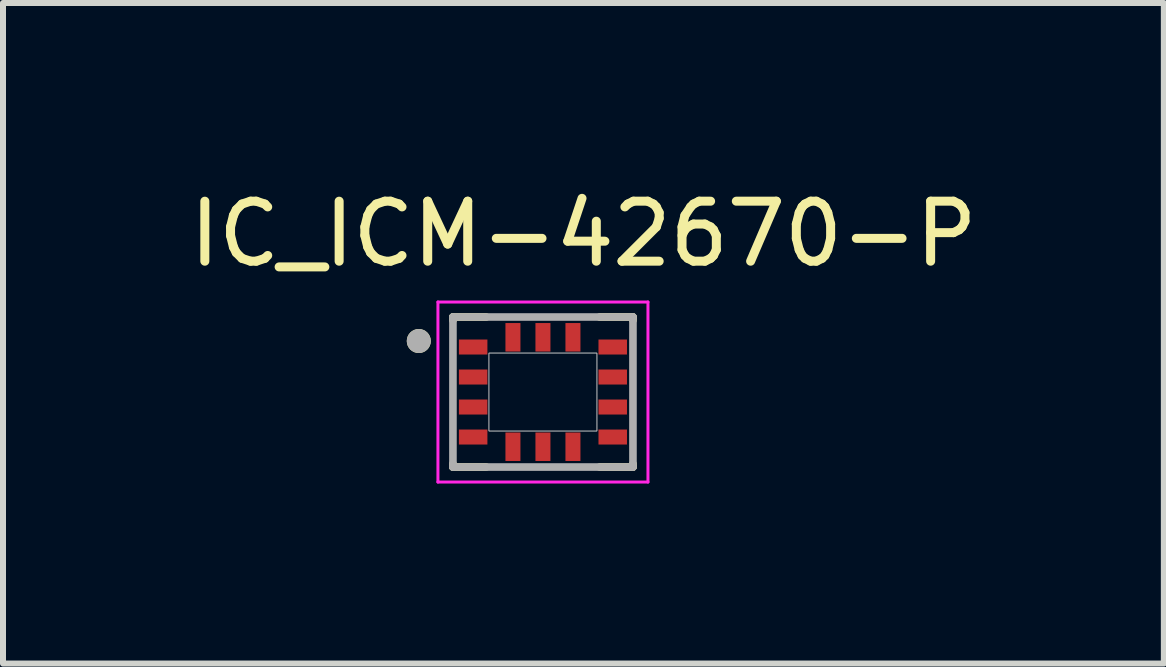
<source format=kicad_pcb>
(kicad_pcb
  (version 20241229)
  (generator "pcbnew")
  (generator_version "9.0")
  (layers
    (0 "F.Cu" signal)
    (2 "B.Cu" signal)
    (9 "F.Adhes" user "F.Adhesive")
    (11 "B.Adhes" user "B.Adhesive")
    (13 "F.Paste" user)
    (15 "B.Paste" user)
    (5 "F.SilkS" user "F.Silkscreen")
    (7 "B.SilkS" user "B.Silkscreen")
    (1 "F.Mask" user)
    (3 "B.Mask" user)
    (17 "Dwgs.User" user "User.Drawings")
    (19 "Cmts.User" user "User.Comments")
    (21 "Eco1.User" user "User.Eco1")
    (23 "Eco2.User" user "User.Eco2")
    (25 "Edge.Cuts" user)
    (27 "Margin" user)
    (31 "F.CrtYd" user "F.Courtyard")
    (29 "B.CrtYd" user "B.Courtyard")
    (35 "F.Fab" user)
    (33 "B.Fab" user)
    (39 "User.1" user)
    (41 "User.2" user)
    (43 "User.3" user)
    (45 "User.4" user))
  (footprint "IC_ICM-42670-P"
    (layer "F.Cu")
    (at 5.998 3.483)
    (property "Reference" "IC_ICM-42670-P" (at 0.675 -2.635 0) (layer "F.SilkS") (effects (font (size 1 1) (thickness 0.15))))
    (attr through_hole)
    (fp_poly (pts (xy -1.45 -0.925) (xy -0.875 -0.925) (xy -0.875 -0.575) (xy -1.45 -0.575)) (stroke (width 0.01) (type solid)) (fill yes) (layer "F.Mask"))
    (fp_poly (pts (xy -1.45 -0.425) (xy -0.875 -0.425) (xy -0.875 -0.075) (xy -1.45 -0.075)) (stroke (width 0.01) (type solid)) (fill yes) (layer "F.Mask"))
    (fp_poly (pts (xy -1.45 0.075) (xy -0.875 0.075) (xy -0.875 0.425) (xy -1.45 0.425)) (stroke (width 0.01) (type solid)) (fill yes) (layer "F.Mask"))
    (fp_poly (pts (xy -1.45 0.575) (xy -0.875 0.575) (xy -0.875 0.925) (xy -1.45 0.925)) (stroke (width 0.01) (type solid)) (fill yes) (layer "F.Mask"))
    (fp_poly (pts (xy -0.675 -1.2) (xy -0.325 -1.2) (xy -0.325 -0.625) (xy -0.675 -0.625)) (stroke (width 0.01) (type solid)) (fill yes) (layer "F.Mask"))
    (fp_poly (pts (xy -0.675 0.625) (xy -0.325 0.625) (xy -0.325 1.2) (xy -0.675 1.2)) (stroke (width 0.01) (type solid)) (fill yes) (layer "F.Mask"))
    (fp_poly (pts (xy -0.175 -1.2) (xy 0.175 -1.2) (xy 0.175 -0.625) (xy -0.175 -0.625)) (stroke (width 0.01) (type solid)) (fill yes) (layer "F.Mask"))
    (fp_poly (pts (xy -0.175 0.625) (xy 0.175 0.625) (xy 0.175 1.2) (xy -0.175 1.2)) (stroke (width 0.01) (type solid)) (fill yes) (layer "F.Mask"))
    (fp_poly (pts (xy 0.325 -1.2) (xy 0.675 -1.2) (xy 0.675 -0.625) (xy 0.325 -0.625)) (stroke (width 0.01) (type solid)) (fill yes) (layer "F.Mask"))
    (fp_poly (pts (xy 0.325 0.625) (xy 0.675 0.625) (xy 0.675 1.2) (xy 0.325 1.2)) (stroke (width 0.01) (type solid)) (fill yes) (layer "F.Mask"))
    (fp_poly (pts (xy 0.875 -0.925) (xy 1.45 -0.925) (xy 1.45 -0.575) (xy 0.875 -0.575)) (stroke (width 0.01) (type solid)) (fill yes) (layer "F.Mask"))
    (fp_poly (pts (xy 0.875 -0.425) (xy 1.45 -0.425) (xy 1.45 -0.075) (xy 0.875 -0.075)) (stroke (width 0.01) (type solid)) (fill yes) (layer "F.Mask"))
    (fp_poly (pts (xy 0.875 0.075) (xy 1.45 0.075) (xy 1.45 0.425) (xy 0.875 0.425)) (stroke (width 0.01) (type solid)) (fill yes) (layer "F.Mask"))
    (fp_poly (pts (xy 0.875 0.575) (xy 1.45 0.575) (xy 1.45 0.925) (xy 0.875 0.925)) (stroke (width 0.01) (type solid)) (fill yes) (layer "F.Mask"))
    (fp_line (start -1.5 -1.25) (end -1.5 -1.195) (stroke (width 0.127) (type solid)) (layer "F.SilkS"))
    (fp_line (start -1.5 -1.25) (end -0.945 -1.25) (stroke (width 0.127) (type solid)) (layer "F.SilkS"))
    (fp_line (start -1.5 1.25) (end -1.5 1.195) (stroke (width 0.127) (type solid)) (layer "F.SilkS"))
    (fp_line (start -0.945 1.25) (end -1.5 1.25) (stroke (width 0.127) (type solid)) (layer "F.SilkS"))
    (fp_line (start 0.945 -1.25) (end 1.5 -1.25) (stroke (width 0.127) (type solid)) (layer "F.SilkS"))
    (fp_line (start 1.5 -1.25) (end 1.5 -1.195) (stroke (width 0.127) (type solid)) (layer "F.SilkS"))
    (fp_line (start 1.5 1.25) (end 0.945 1.25) (stroke (width 0.127) (type solid)) (layer "F.SilkS"))
    (fp_line (start 1.5 1.25) (end 1.5 1.195) (stroke (width 0.127) (type solid)) (layer "F.SilkS"))
    (fp_circle (center -2.069 -0.85) (end -1.969 -0.85) (stroke (width 0.2) (type solid)) (fill no) (layer "F.SilkS"))
    (fp_poly (pts (xy -0.9 -0.65) (xy 0.9 -0.65) (xy 0.9 0.65) (xy -0.9 0.65)) (stroke (width 0.01) (type solid)) (fill no) (layer "Dwgs.User"))
    (fp_poly (pts (xy -0.9 -0.65) (xy 0.9 -0.65) (xy 0.9 0.65) (xy -0.9 0.65)) (stroke (width 0.01) (type solid)) (fill no) (layer "Dwgs.User"))
    (fp_line (start -1.75 -1.5) (end -1.75 1.5) (stroke (width 0.05) (type solid)) (layer "F.CrtYd"))
    (fp_line (start -1.75 1.5) (end 1.75 1.5) (stroke (width 0.05) (type solid)) (layer "F.CrtYd"))
    (fp_line (start 1.75 -1.5) (end -1.75 -1.5) (stroke (width 0.05) (type solid)) (layer "F.CrtYd"))
    (fp_line (start 1.75 1.5) (end 1.75 -1.5) (stroke (width 0.05) (type solid)) (layer "F.CrtYd"))
    (fp_line (start -1.5 -1.25) (end 1.5 -1.25) (stroke (width 0.127) (type solid)) (layer "F.Fab"))
    (fp_line (start -1.5 1.25) (end -1.5 -1.25) (stroke (width 0.127) (type solid)) (layer "F.Fab"))
    (fp_line (start 1.5 -1.25) (end 1.5 1.25) (stroke (width 0.127) (type solid)) (layer "F.Fab"))
    (fp_line (start 1.5 1.25) (end -1.5 1.25) (stroke (width 0.127) (type solid)) (layer "F.Fab"))
    (fp_circle (center -2.069 -0.85) (end -1.969 -0.85) (stroke (width 0.2) (type solid)) (fill no) (layer "F.Fab"))
    (pad "1" smd rect (at -1.163 -0.75) (size 0.475 0.25) (layers "F.Cu" "F.Paste"))
    (pad "2" smd rect (at -1.163 -0.25) (size 0.475 0.25) (layers "F.Cu" "F.Paste"))
    (pad "3" smd rect (at -1.163 0.25) (size 0.475 0.25) (layers "F.Cu" "F.Paste"))
    (pad "4" smd rect (at -1.163 0.75) (size 0.475 0.25) (layers "F.Cu" "F.Paste"))
    (pad "5" smd rect (at -0.5 0.912) (size 0.25 0.475) (layers "F.Cu" "F.Paste"))
    (pad "6" smd rect (at 0 0.912) (size 0.25 0.475) (layers "F.Cu" "F.Paste"))
    (pad "7" smd rect (at 0.5 0.912) (size 0.25 0.475) (layers "F.Cu" "F.Paste"))
    (pad "8" smd rect (at 1.163 0.75) (size 0.475 0.25) (layers "F.Cu" "F.Paste"))
    (pad "9" smd rect (at 1.163 0.25) (size 0.475 0.25) (layers "F.Cu" "F.Paste"))
    (pad "10" smd rect (at 1.163 -0.25) (size 0.475 0.25) (layers "F.Cu" "F.Paste"))
    (pad "11" smd rect (at 1.163 -0.75) (size 0.475 0.25) (layers "F.Cu" "F.Paste"))
    (pad "12" smd rect (at 0.5 -0.912) (size 0.25 0.475) (layers "F.Cu" "F.Paste"))
    (pad "13" smd rect (at 0 -0.912) (size 0.25 0.475) (layers "F.Cu" "F.Paste"))
    (pad "14" smd rect (at -0.5 -0.912) (size 0.25 0.475) (layers "F.Cu" "F.Paste")))
  (gr_rect
    (start -3 -3)
    (end 16.345 8.008)
    (stroke (width 0.1) (type default))
    (fill no)
    (layer "Edge.Cuts")))
</source>
